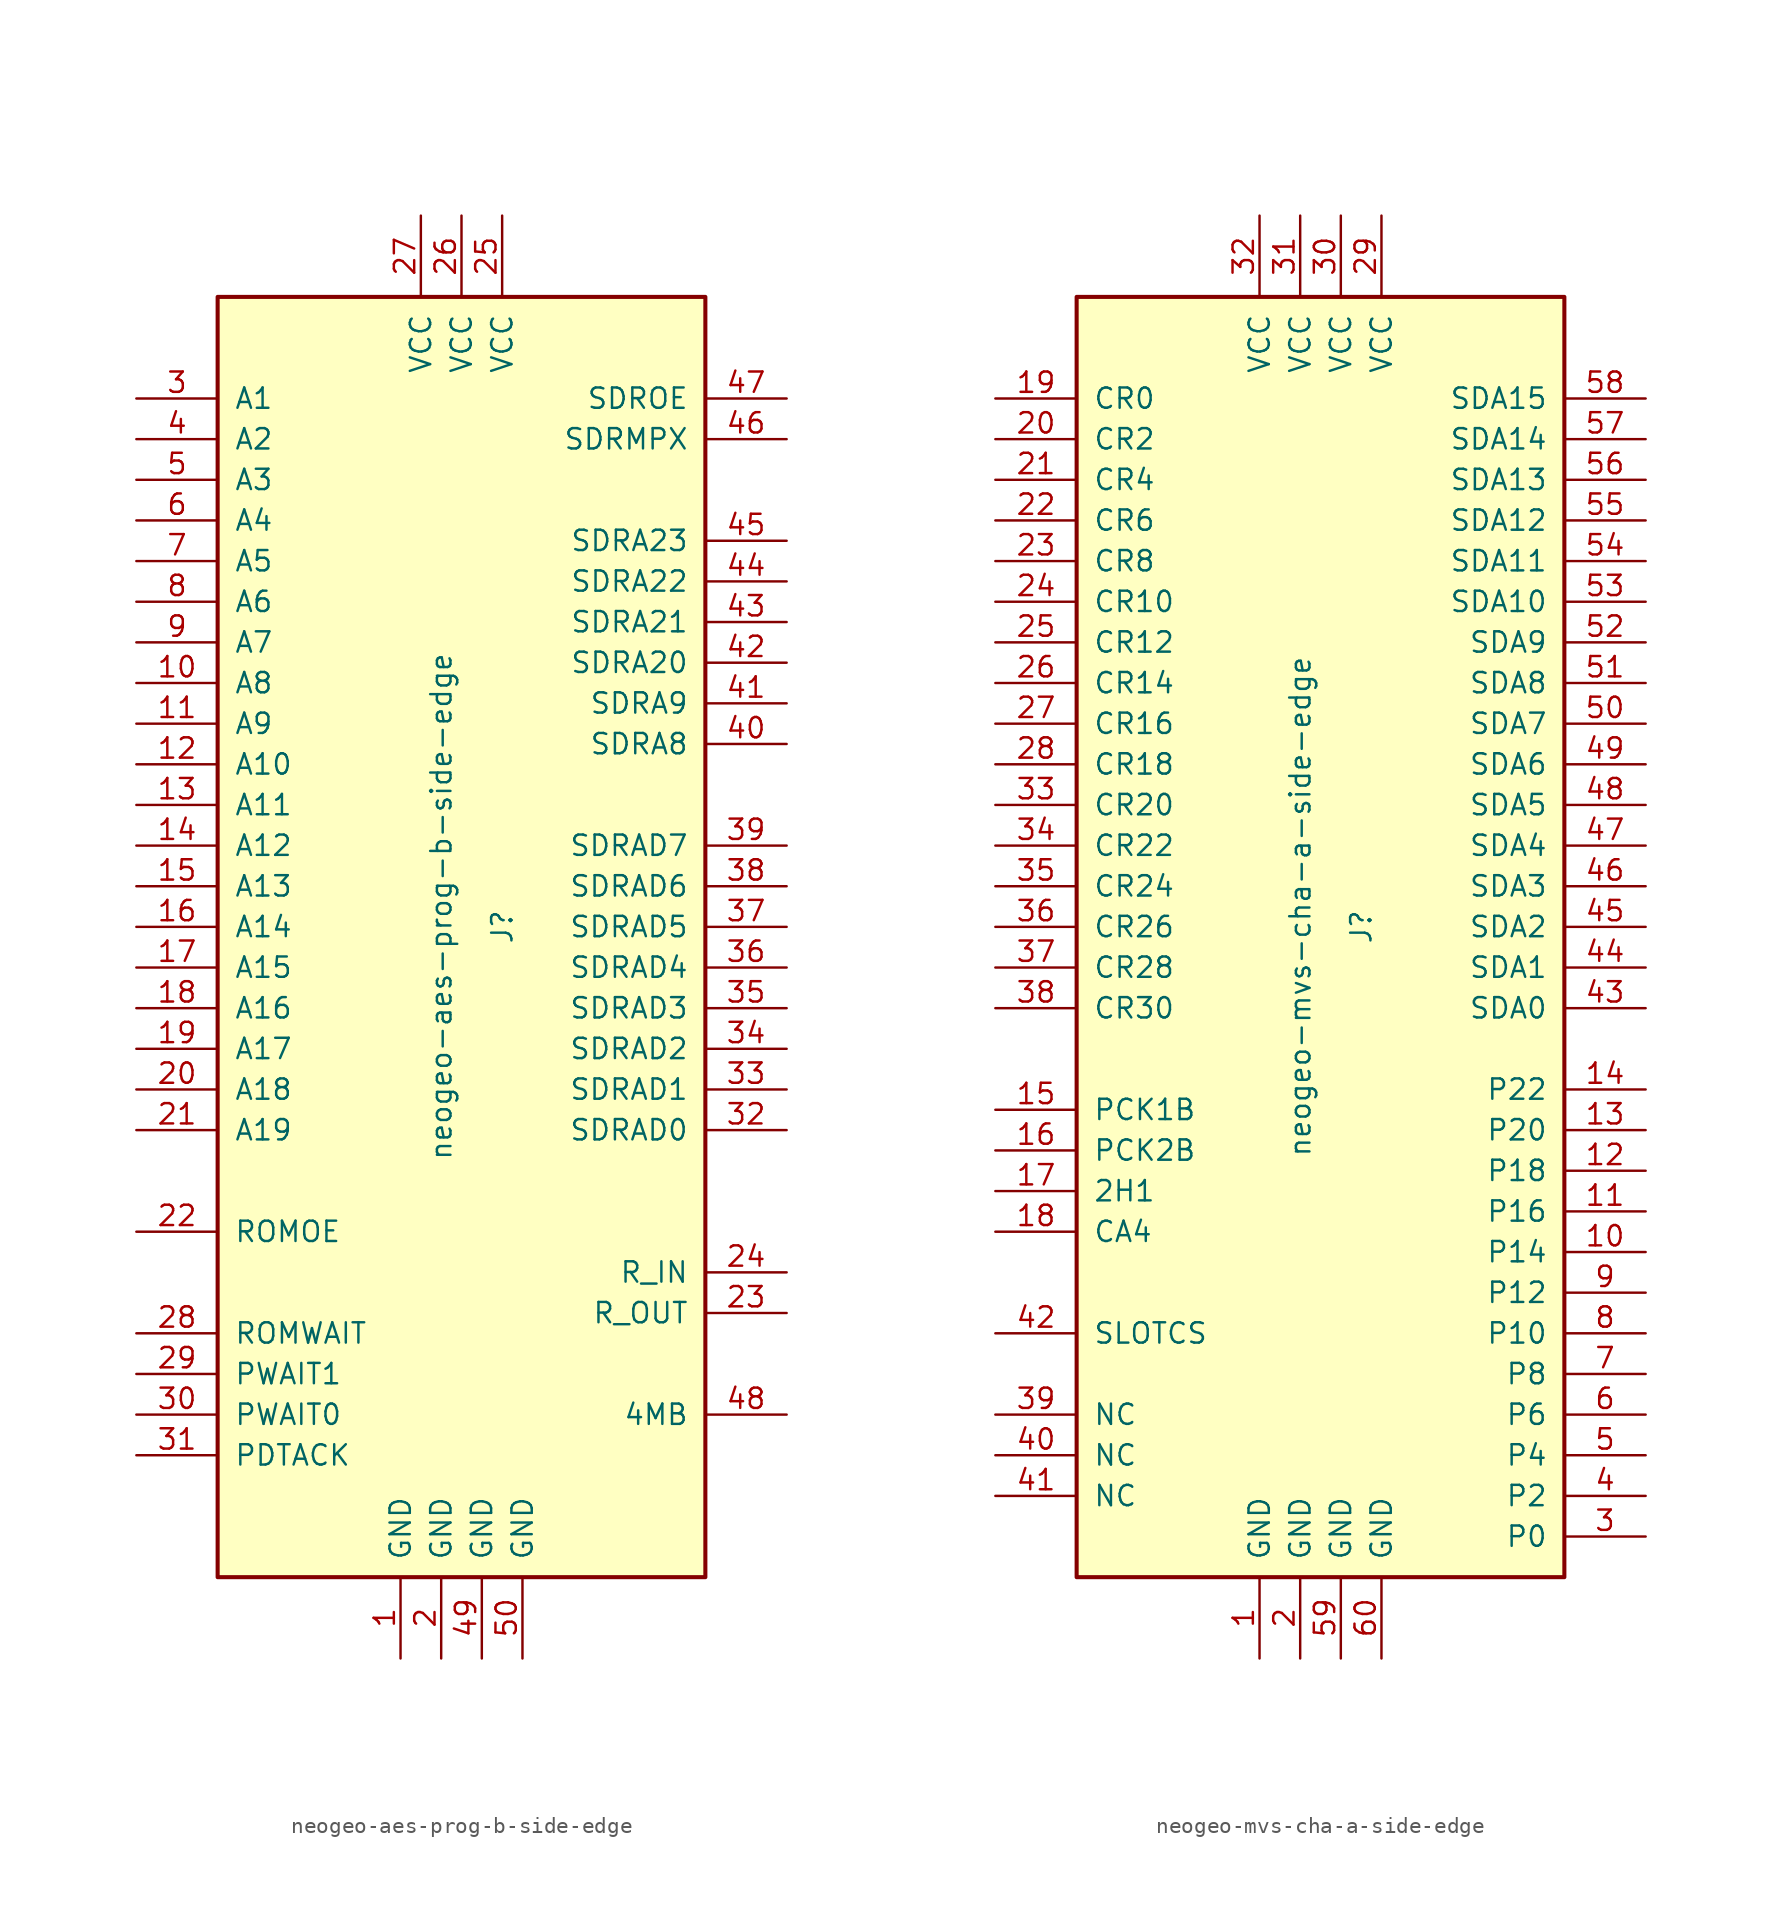
<source format=kicad_sym>
(kicad_symbol_lib
  (version 20211014)
  (generator kicad_symbol_editor)
  (symbol "neogeo-aes-prog-b-side-edge"
    (pin_names
      (offset 1.016))
    (property "Reference" "J"
      (at 2.54 -1.27 90)
      (effects (font (size 1.27 1.27))))
    (property "Value" "neogeo-aes-prog-b-side-edge"
      (at -1.27 0 90)
      (effects (font (size 1.27 1.27))))
    (symbol "neogeo-aes-prog-b-side-edge_0_0"
      (pin output line (at -20.32 -8.89 0) (length 5.08) (name "A17" (effects (font (size 1.27 1.27)))) (number "19" (effects (font (size 1.27 1.27)))))
      (pin output line (at -20.32 -11.43 0) (length 5.08) (name "A18" (effects (font (size 1.27 1.27)))) (number "20" (effects (font (size 1.27 1.27)))))
      (pin output line (at -20.32 -13.97 0) (length 5.08) (name "A19" (effects (font (size 1.27 1.27)))) (number "21" (effects (font (size 1.27 1.27)))))
      (pin output line (at -20.32 -20.32 0) (length 5.08) (name "ROMOE" (effects (font (size 1.27 1.27)))) (number "22" (effects (font (size 1.27 1.27)))))
      (pin output line (at 20.32 -22.86 180) (length 5.08) (name "R_IN" (effects (font (size 1.27 1.27)))) (number "24" (effects (font (size 1.27 1.27)))))
      (pin output line (at -20.32 -26.67 0) (length 5.08) (name "ROMWAIT" (effects (font (size 1.27 1.27)))) (number "28" (effects (font (size 1.27 1.27)))))
      (pin output line (at -20.32 -29.21 0) (length 5.08) (name "PWAIT1" (effects (font (size 1.27 1.27)))) (number "29" (effects (font (size 1.27 1.27)))))
      (pin output line (at -20.32 -31.75 0) (length 5.08) (name "PWAIT0" (effects (font (size 1.27 1.27)))) (number "30" (effects (font (size 1.27 1.27)))))
      (pin output line (at -20.32 -34.29 0) (length 5.08) (name "PDTACK" (effects (font (size 1.27 1.27)))) (number "31" (effects (font (size 1.27 1.27)))))
      (pin bidirectional line (at 20.32 -13.97 180) (length 5.08) (name "SDRAD0" (effects (font (size 1.27 1.27)))) (number "32" (effects (font (size 1.27 1.27)))))
      (pin bidirectional line (at 20.32 -11.43 180) (length 5.08) (name "SDRAD1" (effects (font (size 1.27 1.27)))) (number "33" (effects (font (size 1.27 1.27)))))
      (pin bidirectional line (at 20.32 -8.89 180) (length 5.08) (name "SDRAD2" (effects (font (size 1.27 1.27)))) (number "34" (effects (font (size 1.27 1.27)))))
      (pin bidirectional line (at 20.32 -6.35 180) (length 5.08) (name "SDRAD3" (effects (font (size 1.27 1.27)))) (number "35" (effects (font (size 1.27 1.27)))))
      (pin bidirectional line (at 20.32 -3.81 180) (length 5.08) (name "SDRAD4" (effects (font (size 1.27 1.27)))) (number "36" (effects (font (size 1.27 1.27)))))
      (pin bidirectional line (at 20.32 -1.27 180) (length 5.08) (name "SDRAD5" (effects (font (size 1.27 1.27)))) (number "37" (effects (font (size 1.27 1.27)))))
      (pin bidirectional line (at 20.32 1.27 180) (length 5.08) (name "SDRAD6" (effects (font (size 1.27 1.27)))) (number "38" (effects (font (size 1.27 1.27)))))
      (pin bidirectional line (at 20.32 3.81 180) (length 5.08) (name "SDRAD7" (effects (font (size 1.27 1.27)))) (number "39" (effects (font (size 1.27 1.27)))))
      (pin output line (at 20.32 12.7 180) (length 5.08) (name "SDRA9" (effects (font (size 1.27 1.27)))) (number "41" (effects (font (size 1.27 1.27)))))
      (pin output line (at 20.32 15.24 180) (length 5.08) (name "SDRA20" (effects (font (size 1.27 1.27)))) (number "42" (effects (font (size 1.27 1.27)))))
      (pin output line (at 20.32 17.78 180) (length 5.08) (name "SDRA21" (effects (font (size 1.27 1.27)))) (number "43" (effects (font (size 1.27 1.27)))))
      (pin output line (at 20.32 20.32 180) (length 5.08) (name "SDRA22" (effects (font (size 1.27 1.27)))) (number "44" (effects (font (size 1.27 1.27)))))
      (pin output line (at 20.32 22.86 180) (length 5.08) (name "SDRA23" (effects (font (size 1.27 1.27)))) (number "45" (effects (font (size 1.27 1.27)))))
      (pin output line (at 20.32 29.21 180) (length 5.08) (name "SDRMPX" (effects (font (size 1.27 1.27)))) (number "46" (effects (font (size 1.27 1.27)))))
      (pin output line (at 20.32 31.75 180) (length 5.08) (name "SDROE" (effects (font (size 1.27 1.27)))) (number "47" (effects (font (size 1.27 1.27))))))
    (symbol "neogeo-aes-prog-b-side-edge_1_1"
      (rectangle (start -15.24 38.1) (end 15.24 -41.91) (stroke (width 0.254) (type default) (color 0 0 0 0)) (fill (type background)))
      (pin power_out line (at -3.81 -46.99 90) (length 5.08) (name "GND" (effects (font (size 1.27 1.27)))) (number "1" (effects (font (size 1.27 1.27)))))
      (pin output line (at -20.32 13.97 0) (length 5.08) (name "A8" (effects (font (size 1.27 1.27)))) (number "10" (effects (font (size 1.27 1.27)))))
      (pin output line (at -20.32 11.43 0) (length 5.08) (name "A9" (effects (font (size 1.27 1.27)))) (number "11" (effects (font (size 1.27 1.27)))))
      (pin output line (at -20.32 8.89 0) (length 5.08) (name "A10" (effects (font (size 1.27 1.27)))) (number "12" (effects (font (size 1.27 1.27)))))
      (pin output line (at -20.32 6.35 0) (length 5.08) (name "A11" (effects (font (size 1.27 1.27)))) (number "13" (effects (font (size 1.27 1.27)))))
      (pin output line (at -20.32 3.81 0) (length 5.08) (name "A12" (effects (font (size 1.27 1.27)))) (number "14" (effects (font (size 1.27 1.27)))))
      (pin output line (at -20.32 1.27 0) (length 5.08) (name "A13" (effects (font (size 1.27 1.27)))) (number "15" (effects (font (size 1.27 1.27)))))
      (pin output line (at -20.32 -1.27 0) (length 5.08) (name "A14" (effects (font (size 1.27 1.27)))) (number "16" (effects (font (size 1.27 1.27)))))
      (pin output line (at -20.32 -3.81 0) (length 5.08) (name "A15" (effects (font (size 1.27 1.27)))) (number "17" (effects (font (size 1.27 1.27)))))
      (pin output line (at -20.32 -6.35 0) (length 5.08) (name "A16" (effects (font (size 1.27 1.27)))) (number "18" (effects (font (size 1.27 1.27)))))
      (pin power_out line (at -1.27 -46.99 90) (length 5.08) (name "GND" (effects (font (size 1.27 1.27)))) (number "2" (effects (font (size 1.27 1.27)))))
      (pin input line (at 20.32 -25.4 180) (length 5.08) (name "R_OUT" (effects (font (size 1.27 1.27)))) (number "23" (effects (font (size 1.27 1.27)))))
      (pin power_out line (at 2.54 43.18 270) (length 5.08) (name "VCC" (effects (font (size 1.27 1.27)))) (number "25" (effects (font (size 1.27 1.27)))))
      (pin power_out line (at 0 43.18 270) (length 5.08) (name "VCC" (effects (font (size 1.27 1.27)))) (number "26" (effects (font (size 1.27 1.27)))))
      (pin power_out line (at -2.54 43.18 270) (length 5.08) (name "VCC" (effects (font (size 1.27 1.27)))) (number "27" (effects (font (size 1.27 1.27)))))
      (pin output line (at -20.32 31.75 0) (length 5.08) (name "A1" (effects (font (size 1.27 1.27)))) (number "3" (effects (font (size 1.27 1.27)))))
      (pin output line (at -20.32 29.21 0) (length 5.08) (name "A2" (effects (font (size 1.27 1.27)))) (number "4" (effects (font (size 1.27 1.27)))))
      (pin output line (at 20.32 10.16 180) (length 5.08) (name "SDRA8" (effects (font (size 1.27 1.27)))) (number "40" (effects (font (size 1.27 1.27)))))
      (pin output line (at 20.32 -31.75 180) (length 5.08) (name "4MB" (effects (font (size 1.27 1.27)))) (number "48" (effects (font (size 1.27 1.27)))))
      (pin power_out line (at 1.27 -46.99 90) (length 5.08) (name "GND" (effects (font (size 1.27 1.27)))) (number "49" (effects (font (size 1.27 1.27)))))
      (pin output line (at -20.32 26.67 0) (length 5.08) (name "A3" (effects (font (size 1.27 1.27)))) (number "5" (effects (font (size 1.27 1.27)))))
      (pin power_out line (at 3.81 -46.99 90) (length 5.08) (name "GND" (effects (font (size 1.27 1.27)))) (number "50" (effects (font (size 1.27 1.27)))))
      (pin output line (at -20.32 24.13 0) (length 5.08) (name "A4" (effects (font (size 1.27 1.27)))) (number "6" (effects (font (size 1.27 1.27)))))
      (pin output line (at -20.32 21.59 0) (length 5.08) (name "A5" (effects (font (size 1.27 1.27)))) (number "7" (effects (font (size 1.27 1.27)))))
      (pin output line (at -20.32 19.05 0) (length 5.08) (name "A6" (effects (font (size 1.27 1.27)))) (number "8" (effects (font (size 1.27 1.27)))))
      (pin output line (at -20.32 16.51 0) (length 5.08) (name "A7" (effects (font (size 1.27 1.27)))) (number "9" (effects (font (size 1.27 1.27)))))))
  (symbol "neogeo-mvs-cha-a-side-edge"
    (pin_names
      (offset 1.016))
    (property "Reference" "J"
      (at 2.54 -1.27 90)
      (effects (font (size 1.27 1.27))))
    (property "Value" "neogeo-mvs-cha-a-side-edge"
      (at -1.27 0 90)
      (effects (font (size 1.27 1.27))))
    (symbol "neogeo-mvs-cha-a-side-edge_0_0"
      (pin input line (at -20.32 26.67 0) (length 5.08) (name "CR4" (effects (font (size 1.27 1.27)))) (number "21" (effects (font (size 1.27 1.27)))))
      (pin input line (at -20.32 24.13 0) (length 5.08) (name "CR6" (effects (font (size 1.27 1.27)))) (number "22" (effects (font (size 1.27 1.27)))))
      (pin input line (at -20.32 21.59 0) (length 5.08) (name "CR8" (effects (font (size 1.27 1.27)))) (number "23" (effects (font (size 1.27 1.27)))))
      (pin input line (at -20.32 19.05 0) (length 5.08) (name "CR10" (effects (font (size 1.27 1.27)))) (number "24" (effects (font (size 1.27 1.27)))))
      (pin input line (at -20.32 16.51 0) (length 5.08) (name "CR12" (effects (font (size 1.27 1.27)))) (number "25" (effects (font (size 1.27 1.27)))))
      (pin input line (at -20.32 13.97 0) (length 5.08) (name "CR14" (effects (font (size 1.27 1.27)))) (number "26" (effects (font (size 1.27 1.27)))))
      (pin input line (at -20.32 11.43 0) (length 5.08) (name "CR16" (effects (font (size 1.27 1.27)))) (number "27" (effects (font (size 1.27 1.27)))))
      (pin input line (at -20.32 8.89 0) (length 5.08) (name "CR18" (effects (font (size 1.27 1.27)))) (number "28" (effects (font (size 1.27 1.27)))))
      (pin input line (at -20.32 6.35 0) (length 5.08) (name "CR20" (effects (font (size 1.27 1.27)))) (number "33" (effects (font (size 1.27 1.27)))))
      (pin output line (at -20.32 -26.67 0) (length 5.08) (name "SLOTCS" (effects (font (size 1.27 1.27)))) (number "42" (effects (font (size 1.27 1.27)))))
      (pin output line (at 20.32 -6.35 180) (length 5.08) (name "SDA0" (effects (font (size 1.27 1.27)))) (number "43" (effects (font (size 1.27 1.27)))))
      (pin output line (at 20.32 -3.81 180) (length 5.08) (name "SDA1" (effects (font (size 1.27 1.27)))) (number "44" (effects (font (size 1.27 1.27)))))
      (pin output line (at 20.32 -1.27 180) (length 5.08) (name "SDA2" (effects (font (size 1.27 1.27)))) (number "45" (effects (font (size 1.27 1.27)))))
      (pin output line (at 20.32 1.27 180) (length 5.08) (name "SDA3" (effects (font (size 1.27 1.27)))) (number "46" (effects (font (size 1.27 1.27)))))
      (pin output line (at 20.32 3.81 180) (length 5.08) (name "SDA4" (effects (font (size 1.27 1.27)))) (number "47" (effects (font (size 1.27 1.27)))))
      (pin output line (at 20.32 6.35 180) (length 5.08) (name "SDA5" (effects (font (size 1.27 1.27)))) (number "48" (effects (font (size 1.27 1.27)))))
      (pin output line (at 20.32 8.89 180) (length 5.08) (name "SDA6" (effects (font (size 1.27 1.27)))) (number "49" (effects (font (size 1.27 1.27)))))
      (pin output line (at 20.32 11.43 180) (length 5.08) (name "SDA7" (effects (font (size 1.27 1.27)))) (number "50" (effects (font (size 1.27 1.27)))))
      (pin output line (at 20.32 13.97 180) (length 5.08) (name "SDA8" (effects (font (size 1.27 1.27)))) (number "51" (effects (font (size 1.27 1.27)))))
      (pin output line (at 20.32 16.51 180) (length 5.08) (name "SDA9" (effects (font (size 1.27 1.27)))) (number "52" (effects (font (size 1.27 1.27)))))
      (pin output line (at 20.32 19.05 180) (length 5.08) (name "SDA10" (effects (font (size 1.27 1.27)))) (number "53" (effects (font (size 1.27 1.27)))))
      (pin output line (at 20.32 21.59 180) (length 5.08) (name "SDA11" (effects (font (size 1.27 1.27)))) (number "54" (effects (font (size 1.27 1.27)))))
      (pin output line (at 20.32 24.13 180) (length 5.08) (name "SDA12" (effects (font (size 1.27 1.27)))) (number "55" (effects (font (size 1.27 1.27)))))
      (pin output line (at 20.32 26.67 180) (length 5.08) (name "SDA13" (effects (font (size 1.27 1.27)))) (number "56" (effects (font (size 1.27 1.27))))))
    (symbol "neogeo-mvs-cha-a-side-edge_1_1"
      (rectangle (start -15.24 38.1) (end 15.24 -41.91) (stroke (width 0.254) (type default) (color 0 0 0 0)) (fill (type background)))
      (pin power_out line (at -3.81 -46.99 90) (length 5.08) (name "GND" (effects (font (size 1.27 1.27)))) (number "1" (effects (font (size 1.27 1.27)))))
      (pin output line (at 20.32 -21.59 180) (length 5.08) (name "P14" (effects (font (size 1.27 1.27)))) (number "10" (effects (font (size 1.27 1.27)))))
      (pin output line (at 20.32 -19.05 180) (length 5.08) (name "P16" (effects (font (size 1.27 1.27)))) (number "11" (effects (font (size 1.27 1.27)))))
      (pin output line (at 20.32 -16.51 180) (length 5.08) (name "P18" (effects (font (size 1.27 1.27)))) (number "12" (effects (font (size 1.27 1.27)))))
      (pin output line (at 20.32 -13.97 180) (length 5.08) (name "P20" (effects (font (size 1.27 1.27)))) (number "13" (effects (font (size 1.27 1.27)))))
      (pin output line (at 20.32 -11.43 180) (length 5.08) (name "P22" (effects (font (size 1.27 1.27)))) (number "14" (effects (font (size 1.27 1.27)))))
      (pin output line (at -20.32 -12.7 0) (length 5.08) (name "PCK1B" (effects (font (size 1.27 1.27)))) (number "15" (effects (font (size 1.27 1.27)))))
      (pin output line (at -20.32 -15.24 0) (length 5.08) (name "PCK2B" (effects (font (size 1.27 1.27)))) (number "16" (effects (font (size 1.27 1.27)))))
      (pin output line (at -20.32 -17.78 0) (length 5.08) (name "2H1" (effects (font (size 1.27 1.27)))) (number "17" (effects (font (size 1.27 1.27)))))
      (pin output line (at -20.32 -20.32 0) (length 5.08) (name "CA4" (effects (font (size 1.27 1.27)))) (number "18" (effects (font (size 1.27 1.27)))))
      (pin input line (at -20.32 31.75 0) (length 5.08) (name "CR0" (effects (font (size 1.27 1.27)))) (number "19" (effects (font (size 1.27 1.27)))))
      (pin power_out line (at -1.27 -46.99 90) (length 5.08) (name "GND" (effects (font (size 1.27 1.27)))) (number "2" (effects (font (size 1.27 1.27)))))
      (pin input line (at -20.32 29.21 0) (length 5.08) (name "CR2" (effects (font (size 1.27 1.27)))) (number "20" (effects (font (size 1.27 1.27)))))
      (pin power_out line (at 3.81 43.18 270) (length 5.08) (name "VCC" (effects (font (size 1.27 1.27)))) (number "29" (effects (font (size 1.27 1.27)))))
      (pin output line (at 20.32 -39.37 180) (length 5.08) (name "P0" (effects (font (size 1.27 1.27)))) (number "3" (effects (font (size 1.27 1.27)))))
      (pin power_out line (at 1.27 43.18 270) (length 5.08) (name "VCC" (effects (font (size 1.27 1.27)))) (number "30" (effects (font (size 1.27 1.27)))))
      (pin power_out line (at -1.27 43.18 270) (length 5.08) (name "VCC" (effects (font (size 1.27 1.27)))) (number "31" (effects (font (size 1.27 1.27)))))
      (pin power_out line (at -3.81 43.18 270) (length 5.08) (name "VCC" (effects (font (size 1.27 1.27)))) (number "32" (effects (font (size 1.27 1.27)))))
      (pin input line (at -20.32 3.81 0) (length 5.08) (name "CR22" (effects (font (size 1.27 1.27)))) (number "34" (effects (font (size 1.27 1.27)))))
      (pin input line (at -20.32 1.27 0) (length 5.08) (name "CR24" (effects (font (size 1.27 1.27)))) (number "35" (effects (font (size 1.27 1.27)))))
      (pin input line (at -20.32 -1.27 0) (length 5.08) (name "CR26" (effects (font (size 1.27 1.27)))) (number "36" (effects (font (size 1.27 1.27)))))
      (pin input line (at -20.32 -3.81 0) (length 5.08) (name "CR28" (effects (font (size 1.27 1.27)))) (number "37" (effects (font (size 1.27 1.27)))))
      (pin input line (at -20.32 -6.35 0) (length 5.08) (name "CR30" (effects (font (size 1.27 1.27)))) (number "38" (effects (font (size 1.27 1.27)))))
      (pin unspecified line (at -20.32 -31.75 0) (length 5.08) (name "NC" (effects (font (size 1.27 1.27)))) (number "39" (effects (font (size 1.27 1.27)))))
      (pin output line (at 20.32 -36.83 180) (length 5.08) (name "P2" (effects (font (size 1.27 1.27)))) (number "4" (effects (font (size 1.27 1.27)))))
      (pin unspecified line (at -20.32 -34.29 0) (length 5.08) (name "NC" (effects (font (size 1.27 1.27)))) (number "40" (effects (font (size 1.27 1.27)))))
      (pin unspecified line (at -20.32 -36.83 0) (length 5.08) (name "NC" (effects (font (size 1.27 1.27)))) (number "41" (effects (font (size 1.27 1.27)))))
      (pin output line (at 20.32 -34.29 180) (length 5.08) (name "P4" (effects (font (size 1.27 1.27)))) (number "5" (effects (font (size 1.27 1.27)))))
      (pin output line (at 20.32 29.21 180) (length 5.08) (name "SDA14" (effects (font (size 1.27 1.27)))) (number "57" (effects (font (size 1.27 1.27)))))
      (pin output line (at 20.32 31.75 180) (length 5.08) (name "SDA15" (effects (font (size 1.27 1.27)))) (number "58" (effects (font (size 1.27 1.27)))))
      (pin power_out line (at 1.27 -46.99 90) (length 5.08) (name "GND" (effects (font (size 1.27 1.27)))) (number "59" (effects (font (size 1.27 1.27)))))
      (pin output line (at 20.32 -31.75 180) (length 5.08) (name "P6" (effects (font (size 1.27 1.27)))) (number "6" (effects (font (size 1.27 1.27)))))
      (pin power_out line (at 3.81 -46.99 90) (length 5.08) (name "GND" (effects (font (size 1.27 1.27)))) (number "60" (effects (font (size 1.27 1.27)))))
      (pin output line (at 20.32 -29.21 180) (length 5.08) (name "P8" (effects (font (size 1.27 1.27)))) (number "7" (effects (font (size 1.27 1.27)))))
      (pin output line (at 20.32 -26.67 180) (length 5.08) (name "P10" (effects (font (size 1.27 1.27)))) (number "8" (effects (font (size 1.27 1.27)))))
      (pin output line (at 20.32 -24.13 180) (length 5.08) (name "P12" (effects (font (size 1.27 1.27)))) (number "9" (effects (font (size 1.27 1.27))))))))
</source>
